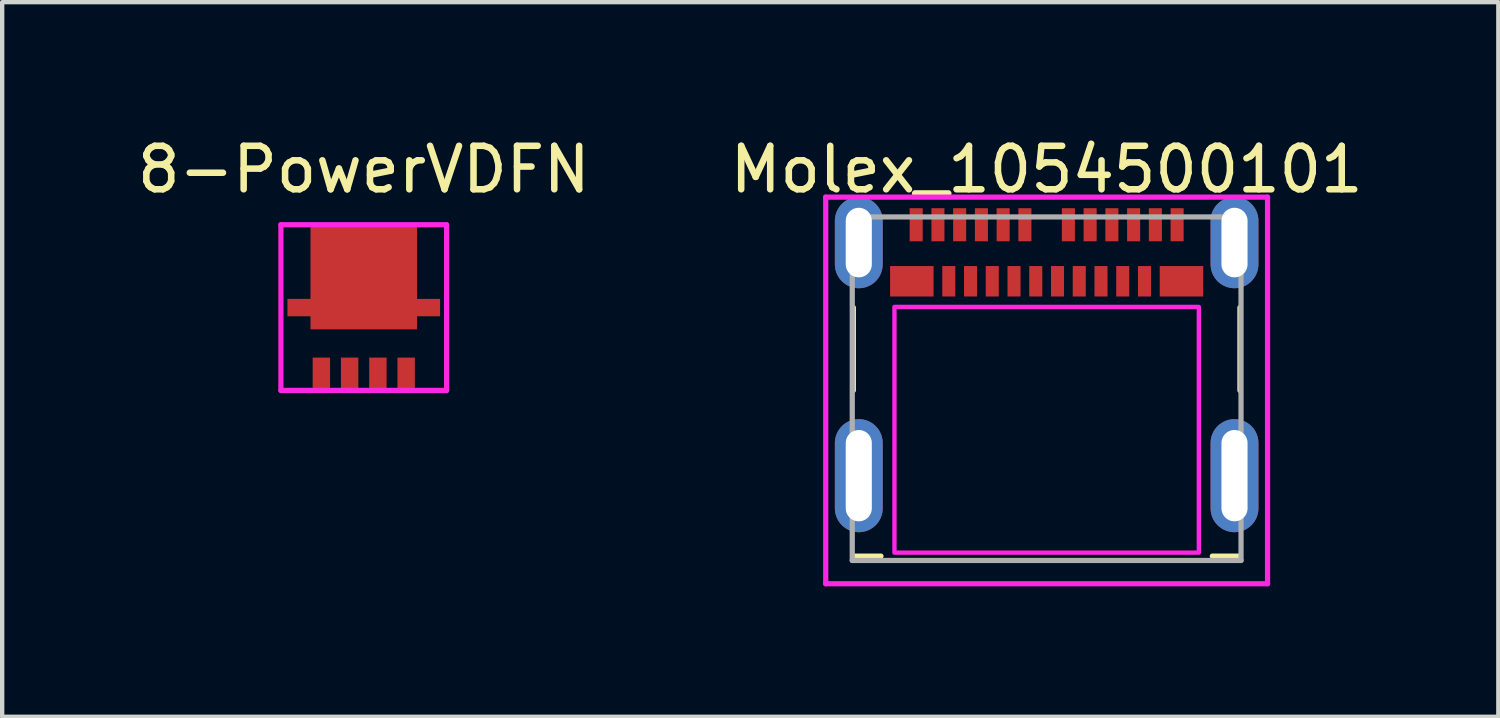
<source format=kicad_pcb>
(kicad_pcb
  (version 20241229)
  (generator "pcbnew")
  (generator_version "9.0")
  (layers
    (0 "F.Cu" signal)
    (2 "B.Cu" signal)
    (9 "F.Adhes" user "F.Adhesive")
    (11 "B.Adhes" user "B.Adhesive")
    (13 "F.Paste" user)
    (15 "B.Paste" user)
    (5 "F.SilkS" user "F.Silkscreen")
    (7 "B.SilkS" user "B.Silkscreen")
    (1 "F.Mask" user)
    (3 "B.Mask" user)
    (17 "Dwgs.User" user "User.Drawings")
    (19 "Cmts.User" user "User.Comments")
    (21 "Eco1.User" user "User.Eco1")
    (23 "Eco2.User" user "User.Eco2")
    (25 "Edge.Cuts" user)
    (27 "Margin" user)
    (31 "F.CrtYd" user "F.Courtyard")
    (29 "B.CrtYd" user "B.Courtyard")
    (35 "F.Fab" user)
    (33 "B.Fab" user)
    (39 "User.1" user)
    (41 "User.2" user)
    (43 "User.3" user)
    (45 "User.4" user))
  (footprint "Molex_1054500101"
    (layer "F.Cu")
    (at 21.018 2.118)
    (property "Reference" "Molex_1054500101" (at 0 -1.27 0) (layer "F.SilkS") (effects (font (size 1 1) (thickness 0.15))))
    (attr through_hole)
    (fp_line (start -4.445 1.905) (end -4.445 3.81) (stroke (width 0.12) (type solid)) (layer "F.SilkS"))
    (fp_line (start -4.445 7.62) (end -3.81 7.62) (stroke (width 0.12) (type solid)) (layer "F.SilkS"))
    (fp_line (start 3.81 7.62) (end 4.445 7.62) (stroke (width 0.12) (type solid)) (layer "F.SilkS"))
    (fp_line (start 4.445 1.905) (end 4.445 3.81) (stroke (width 0.12) (type solid)) (layer "F.SilkS"))
    (fp_line (start -5.08 -0.635) (end -5.08 8.255) (stroke (width 0.12) (type solid)) (layer "F.CrtYd"))
    (fp_line (start -5.08 8.255) (end 5.08 8.255) (stroke (width 0.12) (type solid)) (layer "F.CrtYd"))
    (fp_line (start 5.08 -0.635) (end -5.08 -0.635) (stroke (width 0.12) (type solid)) (layer "F.CrtYd"))
    (fp_line (start 5.08 8.255) (end 5.08 -0.635) (stroke (width 0.12) (type solid)) (layer "F.CrtYd"))
    (fp_poly (pts (xy 3.5 7.54) (xy -3.5 7.54) (xy -3.5 1.89) (xy 3.5 1.89)) (stroke (width 0.1) (type solid)) (fill no) (layer "F.CrtYd"))
    (fp_line (start -4.47 -0.18) (end -4.47 7.72) (stroke (width 0.12) (type solid)) (layer "F.Fab"))
    (fp_line (start -4.47 -0.18) (end 4.47 -0.18) (stroke (width 0.12) (type solid)) (layer "F.Fab"))
    (fp_line (start -4.47 7.72) (end 4.47 7.72) (stroke (width 0.12) (type solid)) (layer "F.Fab"))
    (fp_line (start 4.47 7.72) (end 4.47 -0.18) (stroke (width 0.12) (type solid)) (layer "F.Fab"))
    (pad "A1" smd rect (at -3 0) (size 0.3 0.76) (layers "F.Cu" "F.Mask" "F.Paste"))
    (pad "A2" smd rect (at -2.5 0) (size 0.3 0.76) (layers "F.Cu" "F.Mask" "F.Paste"))
    (pad "A3" smd rect (at -2 0) (size 0.3 0.76) (layers "F.Cu" "F.Mask" "F.Paste"))
    (pad "A4" smd rect (at -1.5 0) (size 0.3 0.76) (layers "F.Cu" "F.Mask" "F.Paste"))
    (pad "A5" smd rect (at -1 0) (size 0.3 0.76) (layers "F.Cu" "F.Mask" "F.Paste"))
    (pad "A6" smd rect (at -0.5 0) (size 0.3 0.76) (layers "F.Cu" "F.Mask" "F.Paste"))
    (pad "A7" smd rect (at 0.5 0) (size 0.3 0.76) (layers "F.Cu" "F.Mask" "F.Paste"))
    (pad "A8" smd rect (at 1 0) (size 0.3 0.76) (layers "F.Cu" "F.Mask" "F.Paste"))
    (pad "A9" smd rect (at 1.5 0) (size 0.3 0.76) (layers "F.Cu" "F.Mask" "F.Paste"))
    (pad "A10" smd rect (at 2 0) (size 0.3 0.76) (layers "F.Cu" "F.Mask" "F.Paste"))
    (pad "A11" smd rect (at 2.5 0) (size 0.3 0.76) (layers "F.Cu" "F.Mask" "F.Paste"))
    (pad "A12" smd rect (at 3 0) (size 0.3 0.76) (layers "F.Cu" "F.Mask" "F.Paste"))
    (pad "B1" smd rect (at 3.1 1.3) (size 1 0.7) (layers "F.Cu" "F.Mask" "F.Paste"))
    (pad "B2" smd rect (at 2.25 1.3) (size 0.3 0.7) (layers "F.Cu" "F.Mask" "F.Paste"))
    (pad "B3" smd rect (at 1.75 1.3) (size 0.3 0.7) (layers "F.Cu" "F.Mask" "F.Paste"))
    (pad "B4" smd rect (at 1.25 1.3) (size 0.3 0.7) (layers "F.Cu" "F.Mask" "F.Paste"))
    (pad "B5" smd rect (at 0.75 1.3) (size 0.3 0.7) (layers "F.Cu" "F.Mask" "F.Paste"))
    (pad "B6" smd rect (at 0.25 1.3) (size 0.3 0.7) (layers "F.Cu" "F.Mask" "F.Paste"))
    (pad "B7" smd rect (at -0.25 1.3) (size 0.3 0.7) (layers "F.Cu" "F.Mask" "F.Paste"))
    (pad "B8" smd rect (at -0.75 1.3) (size 0.3 0.7) (layers "F.Cu" "F.Mask" "F.Paste"))
    (pad "B9" smd rect (at -1.25 1.3) (size 0.3 0.7) (layers "F.Cu" "F.Mask" "F.Paste"))
    (pad "B10" smd rect (at -1.75 1.3) (size 0.3 0.7) (layers "F.Cu" "F.Mask" "F.Paste"))
    (pad "B11" smd rect (at -2.25 1.3) (size 0.3 0.7) (layers "F.Cu" "F.Mask" "F.Paste"))
    (pad "B12" smd rect (at -3.1 1.3) (size 1 0.7) (layers "F.Cu" "F.Mask" "F.Paste"))
    (pad "SHLD" thru_hole oval (at -4.32 0.41) (size 1.1 2.1) (drill oval 0.6 1.6) (layers "*.Cu" "*.Mask"))
    (pad "SHLD" thru_hole oval (at -4.32 5.77) (size 1.1 2.6) (drill oval 0.6 2.1) (layers "*.Cu" "*.Mask"))
    (pad "SHLD" thru_hole oval (at 4.32 0.41) (size 1.1 2.1) (drill oval 0.6 1.6) (layers "*.Cu" "*.Mask"))
    (pad "SHLD" thru_hole oval (at 4.32 5.77) (size 1.1 2.6) (drill oval 0.6 2.1) (layers "*.Cu" "*.Mask")))
  (footprint "8-PowerVDFN"
    (layer "F.Cu")
    (at 5.315 4.023)
    (property "Reference" "8-PowerVDFN" (at 0 -3.175 0) (layer "F.SilkS") (effects (font (size 1 1) (thickness 0.15))))
    (attr through_hole)
    (fp_line (start -1.905 -1.905) (end -1.905 1.905) (stroke (width 0.12) (type solid)) (layer "F.CrtYd"))
    (fp_line (start -1.905 1.905) (end 1.905 1.905) (stroke (width 0.12) (type solid)) (layer "F.CrtYd"))
    (fp_line (start 1.905 -1.905) (end -1.905 -1.905) (stroke (width 0.12) (type solid)) (layer "F.CrtYd"))
    (fp_line (start 1.905 1.905) (end 1.905 -1.905) (stroke (width 0.12) (type solid)) (layer "F.CrtYd"))
    (pad "1" smd custom (at -0.975 1.525) (size 0.4 0.75) (layers "F.Cu" "F.Mask" "F.Paste") (options (anchor rect)) (primitives))
    (pad "1" smd custom (at -0.325 1.525) (size 0.4 0.75) (layers "F.Cu" "F.Mask" "F.Paste") (options (anchor rect)) (primitives))
    (pad "1" smd custom (at 0.325 1.525) (size 0.4 0.75) (layers "F.Cu" "F.Mask" "F.Paste") (options (anchor rect)) (primitives))
    (pad "2" smd custom (at 0.975 1.525) (size 0.4 0.75) (layers "F.Cu" "F.Mask" "F.Paste") (options (anchor rect)) (primitives))
    (pad "3" smd custom (at 0 0) (size 0.4 0.75) (layers "F.Cu" "F.Mask" "F.Paste") (options (anchor rect)) (primitives (gr_poly (pts (xy -1.225 -1.9) (xy 1.225 -1.9) (xy 1.225 -0.2) (xy 1.755 -0.2) (xy 1.755 0.2) (xy 1.225 0.2) (xy 1.225 0.5) (xy -1.225 0.5) (xy -1.225 0.2) (xy -1.755 0.2) (xy -1.755 -0.2) (xy -1.225 -0.2)) (width 0) (fill yes)))))
  (gr_rect
    (start -3 -3)
    (end 31.405 13.433)
    (stroke (width 0.1) (type default))
    (fill no)
    (layer "Edge.Cuts")))
</source>
